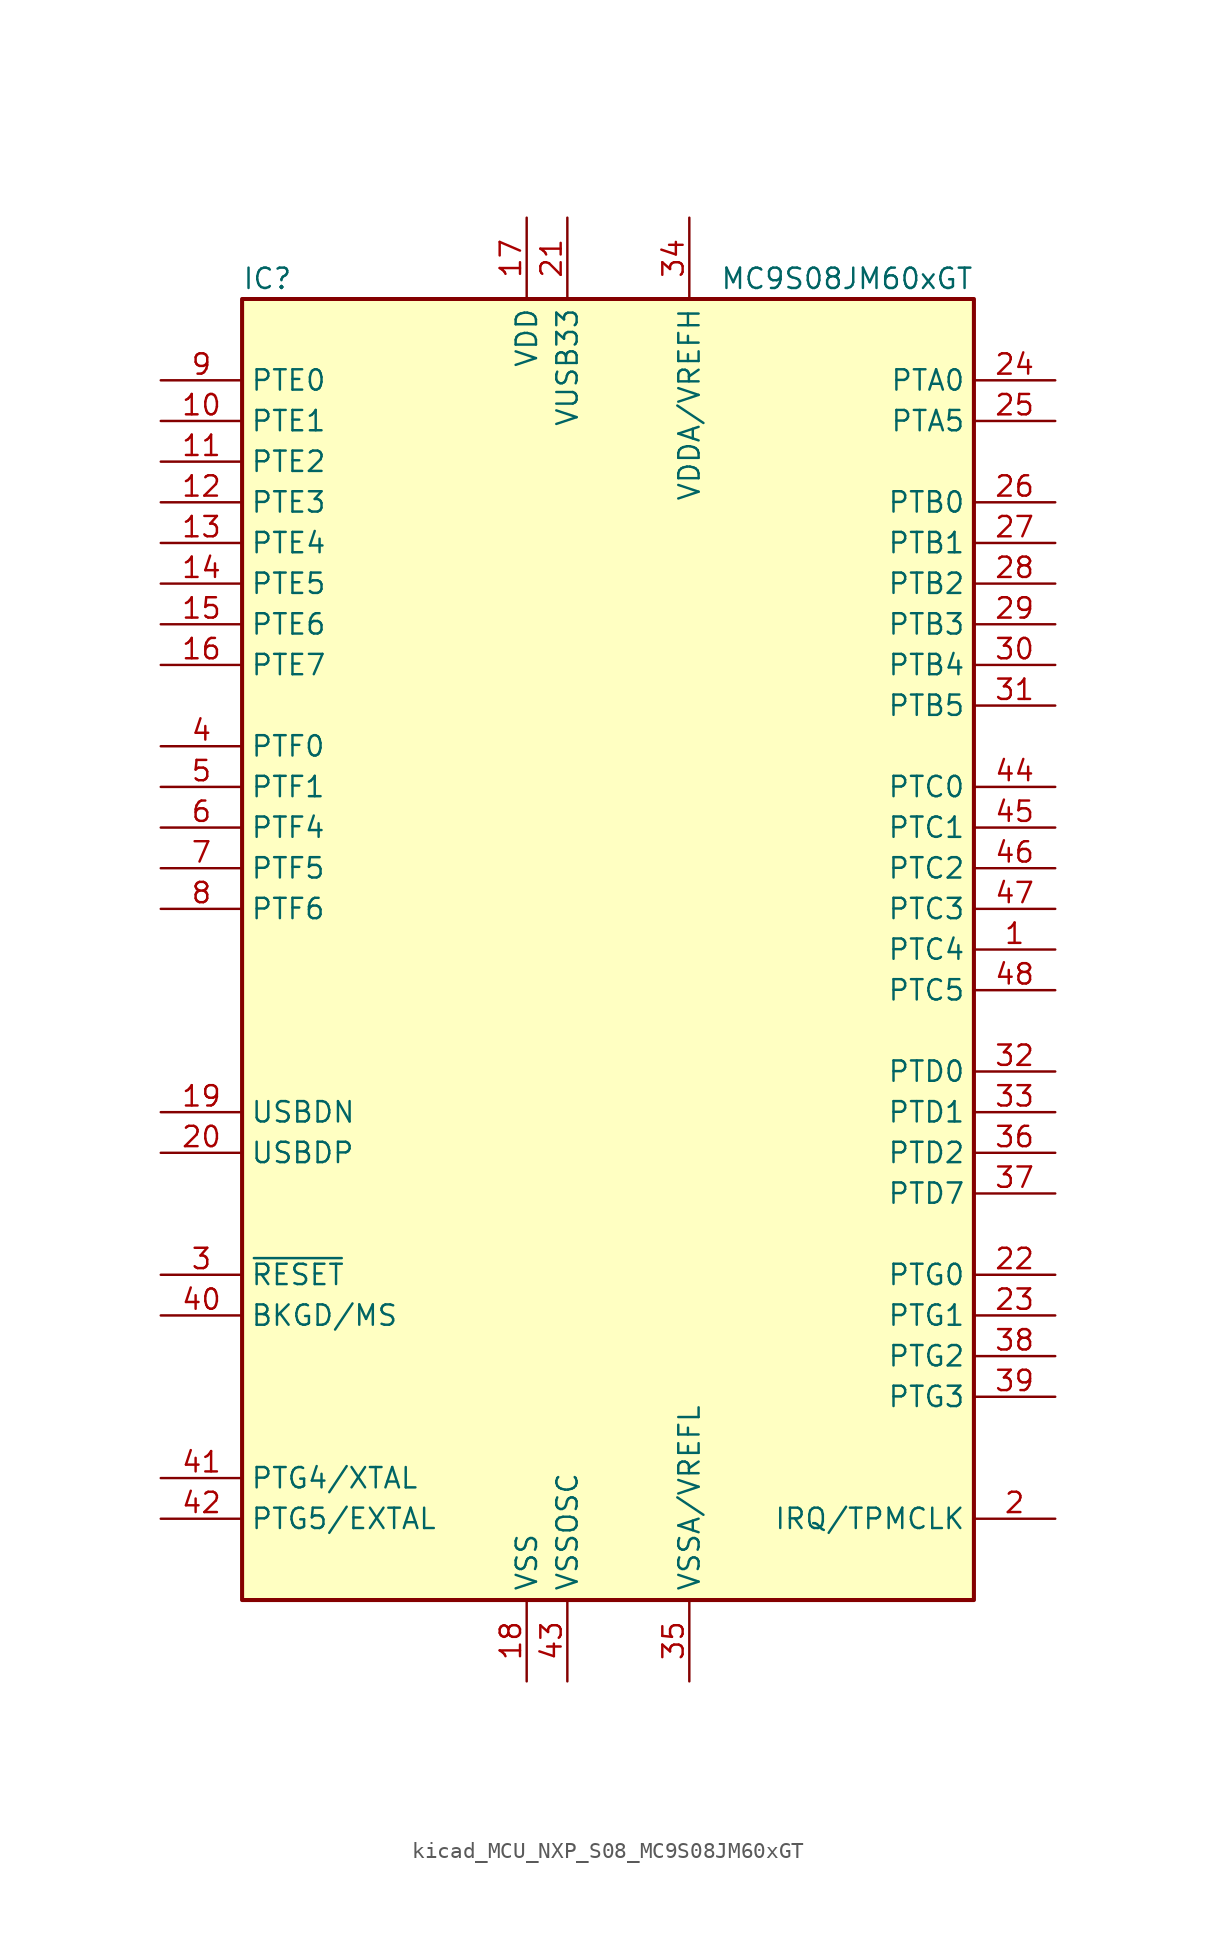
<source format=kicad_sym>
(kicad_symbol_lib
  (version 20220914)
  (generator kicad_symbol_editor)
  (symbol "kicad_MCU_NXP_S08_MC9S08JM60xGT"
    (property "Reference" "IC"
      (at -22.86 41.91 0)
      (effects (font (size 1.27 1.27)) (justify left)))
    (property "Value" "MC9S08JM60xGT"
      (at 22.86 41.91 0)
      (effects (font (size 1.27 1.27)) (justify right)))
    (symbol "kicad_MCU_NXP_S08_MC9S08JM60xGT_0_1"
      (rectangle (start -22.86 40.64) (end 22.86 -40.64) (stroke (width 0.254) (type default)) (fill (type background))))
    (symbol "kicad_MCU_NXP_S08_MC9S08JM60xGT_1_1"
      (pin bidirectional line (at 27.94 0 180) (length 5.08) (name "PTC4" (effects (font (size 1.27 1.27)))) (number "1" (effects (font (size 1.27 1.27)))))
      (pin bidirectional line (at -27.94 33.02 0) (length 5.08) (name "PTE1" (effects (font (size 1.27 1.27)))) (number "10" (effects (font (size 1.27 1.27)))))
      (pin bidirectional line (at -27.94 30.48 0) (length 5.08) (name "PTE2" (effects (font (size 1.27 1.27)))) (number "11" (effects (font (size 1.27 1.27)))))
      (pin bidirectional line (at -27.94 27.94 0) (length 5.08) (name "PTE3" (effects (font (size 1.27 1.27)))) (number "12" (effects (font (size 1.27 1.27)))))
      (pin bidirectional line (at -27.94 25.4 0) (length 5.08) (name "PTE4" (effects (font (size 1.27 1.27)))) (number "13" (effects (font (size 1.27 1.27)))))
      (pin bidirectional line (at -27.94 22.86 0) (length 5.08) (name "PTE5" (effects (font (size 1.27 1.27)))) (number "14" (effects (font (size 1.27 1.27)))))
      (pin bidirectional line (at -27.94 20.32 0) (length 5.08) (name "PTE6" (effects (font (size 1.27 1.27)))) (number "15" (effects (font (size 1.27 1.27)))))
      (pin bidirectional line (at -27.94 17.78 0) (length 5.08) (name "PTE7" (effects (font (size 1.27 1.27)))) (number "16" (effects (font (size 1.27 1.27)))))
      (pin power_in line (at -5.08 45.72 270) (length 5.08) (name "VDD" (effects (font (size 1.27 1.27)))) (number "17" (effects (font (size 1.27 1.27)))))
      (pin power_in line (at -5.08 -45.72 90) (length 5.08) (name "VSS" (effects (font (size 1.27 1.27)))) (number "18" (effects (font (size 1.27 1.27)))))
      (pin bidirectional line (at -27.94 -10.16 0) (length 5.08) (name "USBDN" (effects (font (size 1.27 1.27)))) (number "19" (effects (font (size 1.27 1.27)))))
      (pin bidirectional line (at 27.94 -35.56 180) (length 5.08) (name "IRQ/TPMCLK" (effects (font (size 1.27 1.27)))) (number "2" (effects (font (size 1.27 1.27)))))
      (pin bidirectional line (at -27.94 -12.7 0) (length 5.08) (name "USBDP" (effects (font (size 1.27 1.27)))) (number "20" (effects (font (size 1.27 1.27)))))
      (pin power_out line (at -2.54 45.72 270) (length 5.08) (name "VUSB33" (effects (font (size 1.27 1.27)))) (number "21" (effects (font (size 1.27 1.27)))))
      (pin bidirectional line (at 27.94 -20.32 180) (length 5.08) (name "PTG0" (effects (font (size 1.27 1.27)))) (number "22" (effects (font (size 1.27 1.27)))))
      (pin bidirectional line (at 27.94 -22.86 180) (length 5.08) (name "PTG1" (effects (font (size 1.27 1.27)))) (number "23" (effects (font (size 1.27 1.27)))))
      (pin bidirectional line (at 27.94 35.56 180) (length 5.08) (name "PTA0" (effects (font (size 1.27 1.27)))) (number "24" (effects (font (size 1.27 1.27)))))
      (pin bidirectional line (at 27.94 33.02 180) (length 5.08) (name "PTA5" (effects (font (size 1.27 1.27)))) (number "25" (effects (font (size 1.27 1.27)))))
      (pin bidirectional line (at 27.94 27.94 180) (length 5.08) (name "PTB0" (effects (font (size 1.27 1.27)))) (number "26" (effects (font (size 1.27 1.27)))))
      (pin bidirectional line (at 27.94 25.4 180) (length 5.08) (name "PTB1" (effects (font (size 1.27 1.27)))) (number "27" (effects (font (size 1.27 1.27)))))
      (pin bidirectional line (at 27.94 22.86 180) (length 5.08) (name "PTB2" (effects (font (size 1.27 1.27)))) (number "28" (effects (font (size 1.27 1.27)))))
      (pin bidirectional line (at 27.94 20.32 180) (length 5.08) (name "PTB3" (effects (font (size 1.27 1.27)))) (number "29" (effects (font (size 1.27 1.27)))))
      (pin input line (at -27.94 -20.32 0) (length 5.08) (name "~{RESET}" (effects (font (size 1.27 1.27)))) (number "3" (effects (font (size 1.27 1.27)))))
      (pin bidirectional line (at 27.94 17.78 180) (length 5.08) (name "PTB4" (effects (font (size 1.27 1.27)))) (number "30" (effects (font (size 1.27 1.27)))))
      (pin bidirectional line (at 27.94 15.24 180) (length 5.08) (name "PTB5" (effects (font (size 1.27 1.27)))) (number "31" (effects (font (size 1.27 1.27)))))
      (pin bidirectional line (at 27.94 -7.62 180) (length 5.08) (name "PTD0" (effects (font (size 1.27 1.27)))) (number "32" (effects (font (size 1.27 1.27)))))
      (pin bidirectional line (at 27.94 -10.16 180) (length 5.08) (name "PTD1" (effects (font (size 1.27 1.27)))) (number "33" (effects (font (size 1.27 1.27)))))
      (pin power_in line (at 5.08 45.72 270) (length 5.08) (name "VDDA/VREFH" (effects (font (size 1.27 1.27)))) (number "34" (effects (font (size 1.27 1.27)))))
      (pin power_in line (at 5.08 -45.72 90) (length 5.08) (name "VSSA/VREFL" (effects (font (size 1.27 1.27)))) (number "35" (effects (font (size 1.27 1.27)))))
      (pin bidirectional line (at 27.94 -12.7 180) (length 5.08) (name "PTD2" (effects (font (size 1.27 1.27)))) (number "36" (effects (font (size 1.27 1.27)))))
      (pin bidirectional line (at 27.94 -15.24 180) (length 5.08) (name "PTD7" (effects (font (size 1.27 1.27)))) (number "37" (effects (font (size 1.27 1.27)))))
      (pin bidirectional line (at 27.94 -25.4 180) (length 5.08) (name "PTG2" (effects (font (size 1.27 1.27)))) (number "38" (effects (font (size 1.27 1.27)))))
      (pin bidirectional line (at 27.94 -27.94 180) (length 5.08) (name "PTG3" (effects (font (size 1.27 1.27)))) (number "39" (effects (font (size 1.27 1.27)))))
      (pin bidirectional line (at -27.94 12.7 0) (length 5.08) (name "PTF0" (effects (font (size 1.27 1.27)))) (number "4" (effects (font (size 1.27 1.27)))))
      (pin bidirectional line (at -27.94 -22.86 0) (length 5.08) (name "BKGD/MS" (effects (font (size 1.27 1.27)))) (number "40" (effects (font (size 1.27 1.27)))))
      (pin bidirectional line (at -27.94 -33.02 0) (length 5.08) (name "PTG4/XTAL" (effects (font (size 1.27 1.27)))) (number "41" (effects (font (size 1.27 1.27)))))
      (pin bidirectional line (at -27.94 -35.56 0) (length 5.08) (name "PTG5/EXTAL" (effects (font (size 1.27 1.27)))) (number "42" (effects (font (size 1.27 1.27)))))
      (pin power_in line (at -2.54 -45.72 90) (length 5.08) (name "VSSOSC" (effects (font (size 1.27 1.27)))) (number "43" (effects (font (size 1.27 1.27)))))
      (pin bidirectional line (at 27.94 10.16 180) (length 5.08) (name "PTC0" (effects (font (size 1.27 1.27)))) (number "44" (effects (font (size 1.27 1.27)))))
      (pin bidirectional line (at 27.94 7.62 180) (length 5.08) (name "PTC1" (effects (font (size 1.27 1.27)))) (number "45" (effects (font (size 1.27 1.27)))))
      (pin bidirectional line (at 27.94 5.08 180) (length 5.08) (name "PTC2" (effects (font (size 1.27 1.27)))) (number "46" (effects (font (size 1.27 1.27)))))
      (pin bidirectional line (at 27.94 2.54 180) (length 5.08) (name "PTC3" (effects (font (size 1.27 1.27)))) (number "47" (effects (font (size 1.27 1.27)))))
      (pin bidirectional line (at 27.94 -2.54 180) (length 5.08) (name "PTC5" (effects (font (size 1.27 1.27)))) (number "48" (effects (font (size 1.27 1.27)))))
      (pin bidirectional line (at -27.94 10.16 0) (length 5.08) (name "PTF1" (effects (font (size 1.27 1.27)))) (number "5" (effects (font (size 1.27 1.27)))))
      (pin bidirectional line (at -27.94 7.62 0) (length 5.08) (name "PTF4" (effects (font (size 1.27 1.27)))) (number "6" (effects (font (size 1.27 1.27)))))
      (pin bidirectional line (at -27.94 5.08 0) (length 5.08) (name "PTF5" (effects (font (size 1.27 1.27)))) (number "7" (effects (font (size 1.27 1.27)))))
      (pin bidirectional line (at -27.94 2.54 0) (length 5.08) (name "PTF6" (effects (font (size 1.27 1.27)))) (number "8" (effects (font (size 1.27 1.27)))))
      (pin bidirectional line (at -27.94 35.56 0) (length 5.08) (name "PTE0" (effects (font (size 1.27 1.27)))) (number "9" (effects (font (size 1.27 1.27))))))))
</source>
